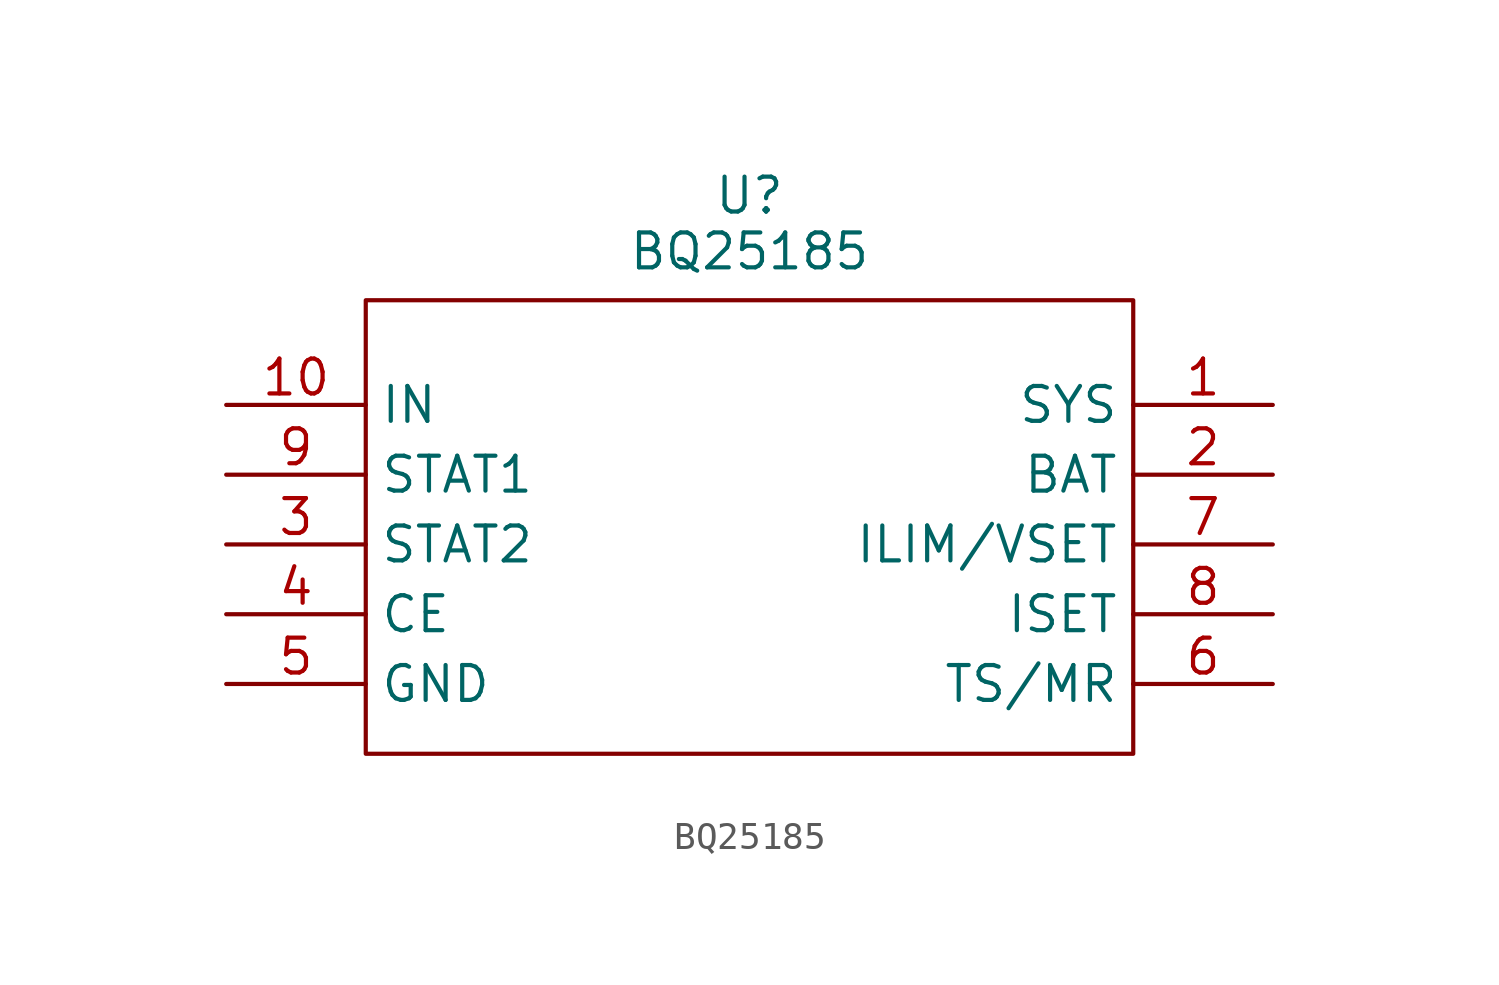
<source format=kicad_sym>
(kicad_symbol_lib
  (version 20241209)
  (generator "kicad_symbol_editor")
  (generator_version "9.0")
  (symbol "BQ25185"
    (property "Reference" "U"
      (at 0 1.27 0)
      (do_not_autoplace)
      (effects (font (size 1.27 1.27))))
    (property "Value" "BQ25185"
      (at 0 -0.762 0)
      (do_not_autoplace)
      (effects (font (size 1.27 1.27))))
    (symbol "BQ25185_0_1"
      (rectangle (start -13.97 -2.54) (end 13.97 -19.05) (stroke (width 0) (type default)) (fill (type none))))
    (symbol "BQ25185_1_1"
      (pin power_in line (at -19.05 -6.35 0) (length 5.08) (name "IN" (effects (font (size 1.27 1.27)))) (number "10" (effects (font (size 1.27 1.27)))))
      (pin output line (at -19.05 -8.89 0) (length 5.08) (name "STAT1" (effects (font (size 1.27 1.27)))) (number "9" (effects (font (size 1.27 1.27)))))
      (pin output line (at -19.05 -11.43 0) (length 5.08) (name "STAT2" (effects (font (size 1.27 1.27)))) (number "3" (effects (font (size 1.27 1.27)))))
      (pin input line (at -19.05 -13.97 0) (length 5.08) (name "CE" (effects (font (size 1.27 1.27)))) (number "4" (effects (font (size 1.27 1.27)))))
      (pin power_out line (at -19.05 -16.51 0) (length 5.08) (name "GND" (effects (font (size 1.27 1.27)))) (number "5" (effects (font (size 1.27 1.27)))))
      (pin power_out line (at 19.05 -6.35 180) (length 5.08) (name "SYS" (effects (font (size 1.27 1.27)))) (number "1" (effects (font (size 1.27 1.27)))))
      (pin power_out line (at 19.05 -8.89 180) (length 5.08) (name "BAT" (effects (font (size 1.27 1.27)))) (number "2" (effects (font (size 1.27 1.27)))))
      (pin bidirectional line (at 19.05 -11.43 180) (length 5.08) (name "ILIM/VSET" (effects (font (size 1.27 1.27)))) (number "7" (effects (font (size 1.27 1.27)))))
      (pin bidirectional line (at 19.05 -13.97 180) (length 5.08) (name "ISET" (effects (font (size 1.27 1.27)))) (number "8" (effects (font (size 1.27 1.27)))))
      (pin bidirectional line (at 19.05 -16.51 180) (length 5.08) (name "TS/MR" (effects (font (size 1.27 1.27)))) (number "6" (effects (font (size 1.27 1.27))))))))
</source>
